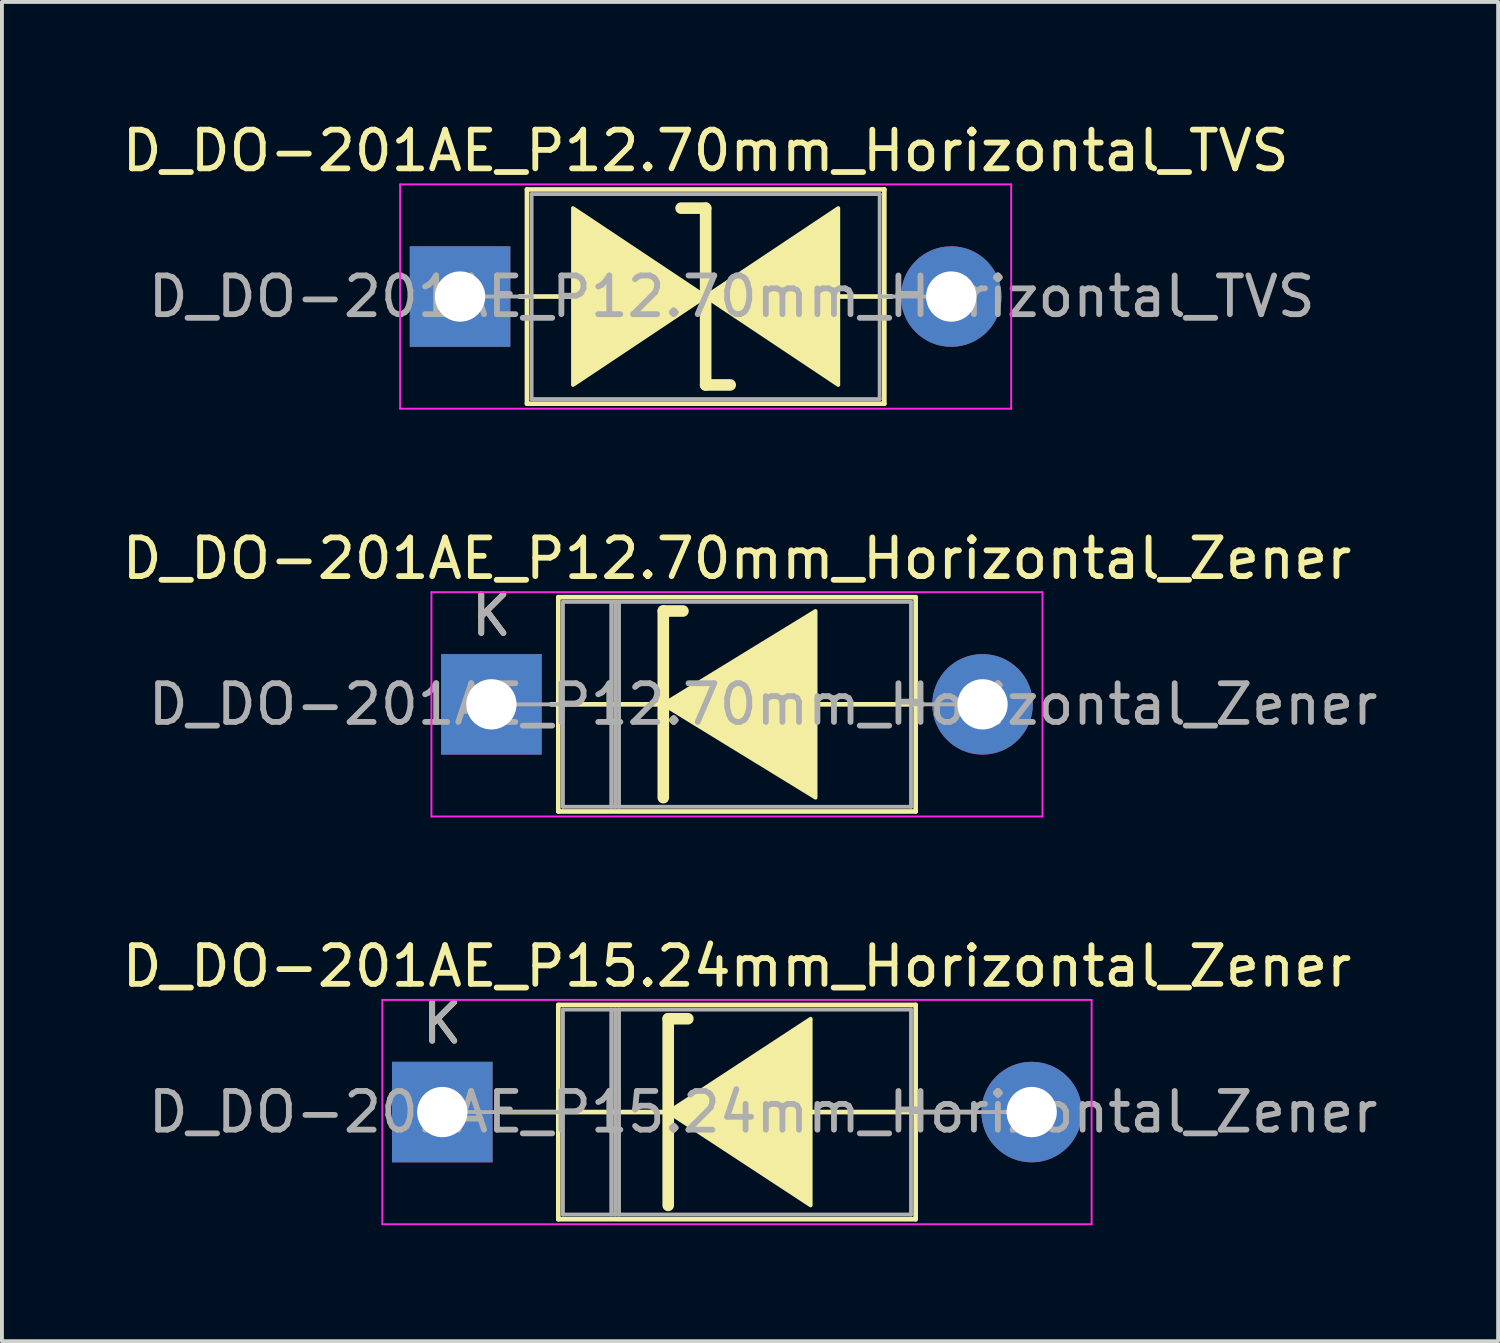
<source format=kicad_pcb>
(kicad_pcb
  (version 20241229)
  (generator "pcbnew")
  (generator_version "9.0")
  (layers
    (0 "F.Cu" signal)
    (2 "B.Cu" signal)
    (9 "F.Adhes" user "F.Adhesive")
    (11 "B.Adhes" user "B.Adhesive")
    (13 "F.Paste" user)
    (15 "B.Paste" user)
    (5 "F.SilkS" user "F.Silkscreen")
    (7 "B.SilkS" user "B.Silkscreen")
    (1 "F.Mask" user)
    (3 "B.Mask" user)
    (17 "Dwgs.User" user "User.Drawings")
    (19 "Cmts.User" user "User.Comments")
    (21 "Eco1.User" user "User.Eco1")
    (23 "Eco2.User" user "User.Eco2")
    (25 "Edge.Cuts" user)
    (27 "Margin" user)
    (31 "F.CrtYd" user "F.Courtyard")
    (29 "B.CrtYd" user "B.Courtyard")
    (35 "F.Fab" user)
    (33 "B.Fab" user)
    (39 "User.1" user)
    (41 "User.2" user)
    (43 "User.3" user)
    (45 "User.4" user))
  (footprint "D_DO-201AE_P15.24mm_Horizontal_Zener"
    (layer "F.Cu")
    (at 8.386 25.705)
    (property "Reference" "D_DO-201AE_P15.24mm_Horizontal_Zener" (at 7.62 -3.77 0) (layer "F.SilkS") (effects (font (size 1 1) (thickness 0.15))))
    (attr through_hole)
    (fp_line (start 1.54 0) (end 3 0) (stroke (width 0.12) (type solid)) (layer "F.SilkS"))
    (fp_line (start 3 -2.77) (end 3 2.77) (stroke (width 0.12) (type solid)) (layer "F.SilkS"))
    (fp_line (start 3 2.77) (end 12.24 2.77) (stroke (width 0.12) (type solid)) (layer "F.SilkS"))
    (fp_line (start 5.842 -2.413) (end 5.842 2.413) (stroke (width 0.3) (type solid)) (layer "F.SilkS"))
    (fp_line (start 5.842 -2.413) (end 6.35 -2.413) (stroke (width 0.3) (type solid)) (layer "F.SilkS"))
    (fp_line (start 5.969 0) (end 3 0) (stroke (width 0.12) (type solid)) (layer "F.SilkS"))
    (fp_line (start 9.525 0) (end 12.24 0) (stroke (width 0.12) (type solid)) (layer "F.SilkS"))
    (fp_line (start 12.24 -2.77) (end 3 -2.77) (stroke (width 0.12) (type solid)) (layer "F.SilkS"))
    (fp_line (start 12.24 2.77) (end 12.24 -2.77) (stroke (width 0.12) (type solid)) (layer "F.SilkS"))
    (fp_line (start 13.7 0) (end 12.24 0) (stroke (width 0.12) (type solid)) (layer "F.SilkS"))
    (fp_poly (pts (xy 9.525 2.413) (xy 5.842 0) (xy 9.525 -2.413)) (stroke (width 0.1) (type solid)) (fill yes) (layer "F.SilkS"))
    (fp_line (start -1.55 -2.9) (end -1.55 2.9) (stroke (width 0.05) (type solid)) (layer "F.CrtYd"))
    (fp_line (start -1.55 2.9) (end 16.79 2.9) (stroke (width 0.05) (type solid)) (layer "F.CrtYd"))
    (fp_line (start 16.79 -2.9) (end -1.55 -2.9) (stroke (width 0.05) (type solid)) (layer "F.CrtYd"))
    (fp_line (start 16.79 2.9) (end 16.79 -2.9) (stroke (width 0.05) (type solid)) (layer "F.CrtYd"))
    (fp_line (start 0 0) (end 3.12 0) (stroke (width 0.1) (type solid)) (layer "F.Fab"))
    (fp_line (start 3.12 -2.65) (end 3.12 2.65) (stroke (width 0.1) (type solid)) (layer "F.Fab"))
    (fp_line (start 3.12 2.65) (end 12.12 2.65) (stroke (width 0.1) (type solid)) (layer "F.Fab"))
    (fp_line (start 4.37 -2.65) (end 4.37 2.65) (stroke (width 0.1) (type solid)) (layer "F.Fab"))
    (fp_line (start 4.47 -2.65) (end 4.47 2.65) (stroke (width 0.1) (type solid)) (layer "F.Fab"))
    (fp_line (start 4.57 -2.65) (end 4.57 2.65) (stroke (width 0.1) (type solid)) (layer "F.Fab"))
    (fp_line (start 12.12 -2.65) (end 3.12 -2.65) (stroke (width 0.1) (type solid)) (layer "F.Fab"))
    (fp_line (start 12.12 2.65) (end 12.12 -2.65) (stroke (width 0.1) (type solid)) (layer "F.Fab"))
    (fp_line (start 15.24 0) (end 12.12 0) (stroke (width 0.1) (type solid)) (layer "F.Fab"))
    (fp_text user "K" (at 0 -2.3 0) (layer "F.SilkS") (effects (font (size 1 1) (thickness 0.15))))
    (fp_text user "K" (at 0 -2.3 0) (layer "F.Fab") (effects (font (size 1 1) (thickness 0.15))))
    (fp_text user "${REFERENCE}" (at 8.295 0 0) (layer "F.Fab") (effects (font (size 1 1) (thickness 0.15))))
    (pad "1" thru_hole rect (at 0 0) (size 2.6 2.6) (drill 1.3) (layers "*.Cu" "*.Mask"))
    (pad "2" thru_hole oval (at 15.24 0) (size 2.6 2.6) (drill 1.3) (layers "*.Cu" "*.Mask")))
  (footprint "D_DO-201AE_P12.70mm_Horizontal_TVS"
    (layer "F.Cu")
    (at 8.846 4.618)
    (property "Reference" "D_DO-201AE_P12.70mm_Horizontal_TVS" (at 6.35 -3.77 0) (layer "F.SilkS") (effects (font (size 1 1) (thickness 0.15))))
    (attr through_hole)
    (fp_line (start 1.54 0) (end 1.73 0) (stroke (width 0.12) (type solid)) (layer "F.SilkS"))
    (fp_line (start 1.73 -2.77) (end 1.73 2.77) (stroke (width 0.12) (type solid)) (layer "F.SilkS"))
    (fp_line (start 1.73 0) (end 2.921 0) (stroke (width 0.12) (type solid)) (layer "F.SilkS"))
    (fp_line (start 1.73 2.77) (end 10.97 2.77) (stroke (width 0.12) (type solid)) (layer "F.SilkS"))
    (fp_line (start 6.35 -2.286) (end 5.715 -2.286) (stroke (width 0.3) (type solid)) (layer "F.SilkS"))
    (fp_line (start 6.35 2.286) (end 6.35 -2.286) (stroke (width 0.3) (type solid)) (layer "F.SilkS"))
    (fp_line (start 6.985 2.286) (end 6.35 2.286) (stroke (width 0.3) (type solid)) (layer "F.SilkS"))
    (fp_line (start 9.779 0) (end 10.97 0) (stroke (width 0.12) (type solid)) (layer "F.SilkS"))
    (fp_line (start 10.97 -2.77) (end 1.73 -2.77) (stroke (width 0.12) (type solid)) (layer "F.SilkS"))
    (fp_line (start 10.97 2.77) (end 10.97 -2.77) (stroke (width 0.12) (type solid)) (layer "F.SilkS"))
    (fp_line (start 11.16 0) (end 10.97 0) (stroke (width 0.12) (type solid)) (layer "F.SilkS"))
    (fp_poly (pts (xy 6.35 0) (xy 2.921 2.286) (xy 2.921 -2.286)) (stroke (width 0.1) (type solid)) (fill yes) (layer "F.SilkS"))
    (fp_poly (pts (xy 6.35 0) (xy 9.779 -2.286) (xy 9.779 2.286)) (stroke (width 0.1) (type solid)) (fill yes) (layer "F.SilkS"))
    (fp_line (start -1.55 -2.9) (end -1.55 2.9) (stroke (width 0.05) (type solid)) (layer "F.CrtYd"))
    (fp_line (start -1.55 2.9) (end 14.25 2.9) (stroke (width 0.05) (type solid)) (layer "F.CrtYd"))
    (fp_line (start 14.25 -2.9) (end -1.55 -2.9) (stroke (width 0.05) (type solid)) (layer "F.CrtYd"))
    (fp_line (start 14.25 2.9) (end 14.25 -2.9) (stroke (width 0.05) (type solid)) (layer "F.CrtYd"))
    (fp_line (start 0 0) (end 1.85 0) (stroke (width 0.1) (type solid)) (layer "F.Fab"))
    (fp_line (start 1.85 -2.65) (end 1.85 2.65) (stroke (width 0.1) (type solid)) (layer "F.Fab"))
    (fp_line (start 1.85 2.65) (end 10.85 2.65) (stroke (width 0.1) (type solid)) (layer "F.Fab"))
    (fp_line (start 10.85 -2.65) (end 1.85 -2.65) (stroke (width 0.1) (type solid)) (layer "F.Fab"))
    (fp_line (start 10.85 2.65) (end 10.85 -2.65) (stroke (width 0.1) (type solid)) (layer "F.Fab"))
    (fp_line (start 12.7 0) (end 10.85 0) (stroke (width 0.1) (type solid)) (layer "F.Fab"))
    (fp_text user "${REFERENCE}" (at 7.025 0 0) (layer "F.Fab") (effects (font (size 1 1) (thickness 0.15))))
    (pad "1" thru_hole rect (at 0 0) (size 2.6 2.6) (drill 1.3) (layers "*.Cu" "*.Mask"))
    (pad "2" thru_hole oval (at 12.7 0) (size 2.6 2.6) (drill 1.3) (layers "*.Cu" "*.Mask")))
  (footprint "D_DO-201AE_P12.70mm_Horizontal_Zener"
    (layer "F.Cu")
    (at 9.656 15.162)
    (property "Reference" "D_DO-201AE_P12.70mm_Horizontal_Zener" (at 6.35 -3.77 0) (layer "F.SilkS") (effects (font (size 1 1) (thickness 0.15))))
    (attr through_hole)
    (fp_line (start 1.54 0) (end 1.73 0) (stroke (width 0.12) (type solid)) (layer "F.SilkS"))
    (fp_line (start 1.73 -2.77) (end 1.73 2.77) (stroke (width 0.12) (type solid)) (layer "F.SilkS"))
    (fp_line (start 1.73 2.77) (end 10.97 2.77) (stroke (width 0.12) (type solid)) (layer "F.SilkS"))
    (fp_line (start 4.445 -2.413) (end 4.445 2.413) (stroke (width 0.3) (type solid)) (layer "F.SilkS"))
    (fp_line (start 4.445 -2.413) (end 4.953 -2.413) (stroke (width 0.3) (type solid)) (layer "F.SilkS"))
    (fp_line (start 4.699 0) (end 1.73 0) (stroke (width 0.12) (type solid)) (layer "F.SilkS"))
    (fp_line (start 8.255 0) (end 10.97 0) (stroke (width 0.12) (type solid)) (layer "F.SilkS"))
    (fp_line (start 10.97 -2.77) (end 1.73 -2.77) (stroke (width 0.12) (type solid)) (layer "F.SilkS"))
    (fp_line (start 10.97 2.77) (end 10.97 -2.77) (stroke (width 0.12) (type solid)) (layer "F.SilkS"))
    (fp_line (start 11.16 0) (end 10.97 0) (stroke (width 0.12) (type solid)) (layer "F.SilkS"))
    (fp_poly (pts (xy 8.382 2.413) (xy 4.445 0) (xy 8.382 -2.413)) (stroke (width 0.1) (type solid)) (fill yes) (layer "F.SilkS"))
    (fp_line (start -1.55 -2.9) (end -1.55 2.9) (stroke (width 0.05) (type solid)) (layer "F.CrtYd"))
    (fp_line (start -1.55 2.9) (end 14.25 2.9) (stroke (width 0.05) (type solid)) (layer "F.CrtYd"))
    (fp_line (start 14.25 -2.9) (end -1.55 -2.9) (stroke (width 0.05) (type solid)) (layer "F.CrtYd"))
    (fp_line (start 14.25 2.9) (end 14.25 -2.9) (stroke (width 0.05) (type solid)) (layer "F.CrtYd"))
    (fp_line (start 0 0) (end 1.85 0) (stroke (width 0.1) (type solid)) (layer "F.Fab"))
    (fp_line (start 1.85 -2.65) (end 1.85 2.65) (stroke (width 0.1) (type solid)) (layer "F.Fab"))
    (fp_line (start 1.85 2.65) (end 10.85 2.65) (stroke (width 0.1) (type solid)) (layer "F.Fab"))
    (fp_line (start 3.1 -2.65) (end 3.1 2.65) (stroke (width 0.1) (type solid)) (layer "F.Fab"))
    (fp_line (start 3.2 -2.65) (end 3.2 2.65) (stroke (width 0.1) (type solid)) (layer "F.Fab"))
    (fp_line (start 3.3 -2.65) (end 3.3 2.65) (stroke (width 0.1) (type solid)) (layer "F.Fab"))
    (fp_line (start 10.85 -2.65) (end 1.85 -2.65) (stroke (width 0.1) (type solid)) (layer "F.Fab"))
    (fp_line (start 10.85 2.65) (end 10.85 -2.65) (stroke (width 0.1) (type solid)) (layer "F.Fab"))
    (fp_line (start 12.7 0) (end 10.85 0) (stroke (width 0.1) (type solid)) (layer "F.Fab"))
    (fp_text user "K" (at 0 -2.3 0) (layer "F.SilkS") (effects (font (size 1 1) (thickness 0.15))))
    (fp_text user "${REFERENCE}" (at 7.025 0 0) (layer "F.Fab") (effects (font (size 1 1) (thickness 0.15))))
    (fp_text user "K" (at 0 -2.3 0) (layer "F.Fab") (effects (font (size 1 1) (thickness 0.15))))
    (pad "1" thru_hole rect (at 0 0) (size 2.6 2.6) (drill 1.3) (layers "*.Cu" "*.Mask"))
    (pad "2" thru_hole oval (at 12.7 0) (size 2.6 2.6) (drill 1.3) (layers "*.Cu" "*.Mask")))
  (gr_rect
    (start -3 -3)
    (end 35.687 31.63)
    (stroke (width 0.1) (type default))
    (fill no)
    (layer "Edge.Cuts")))
</source>
